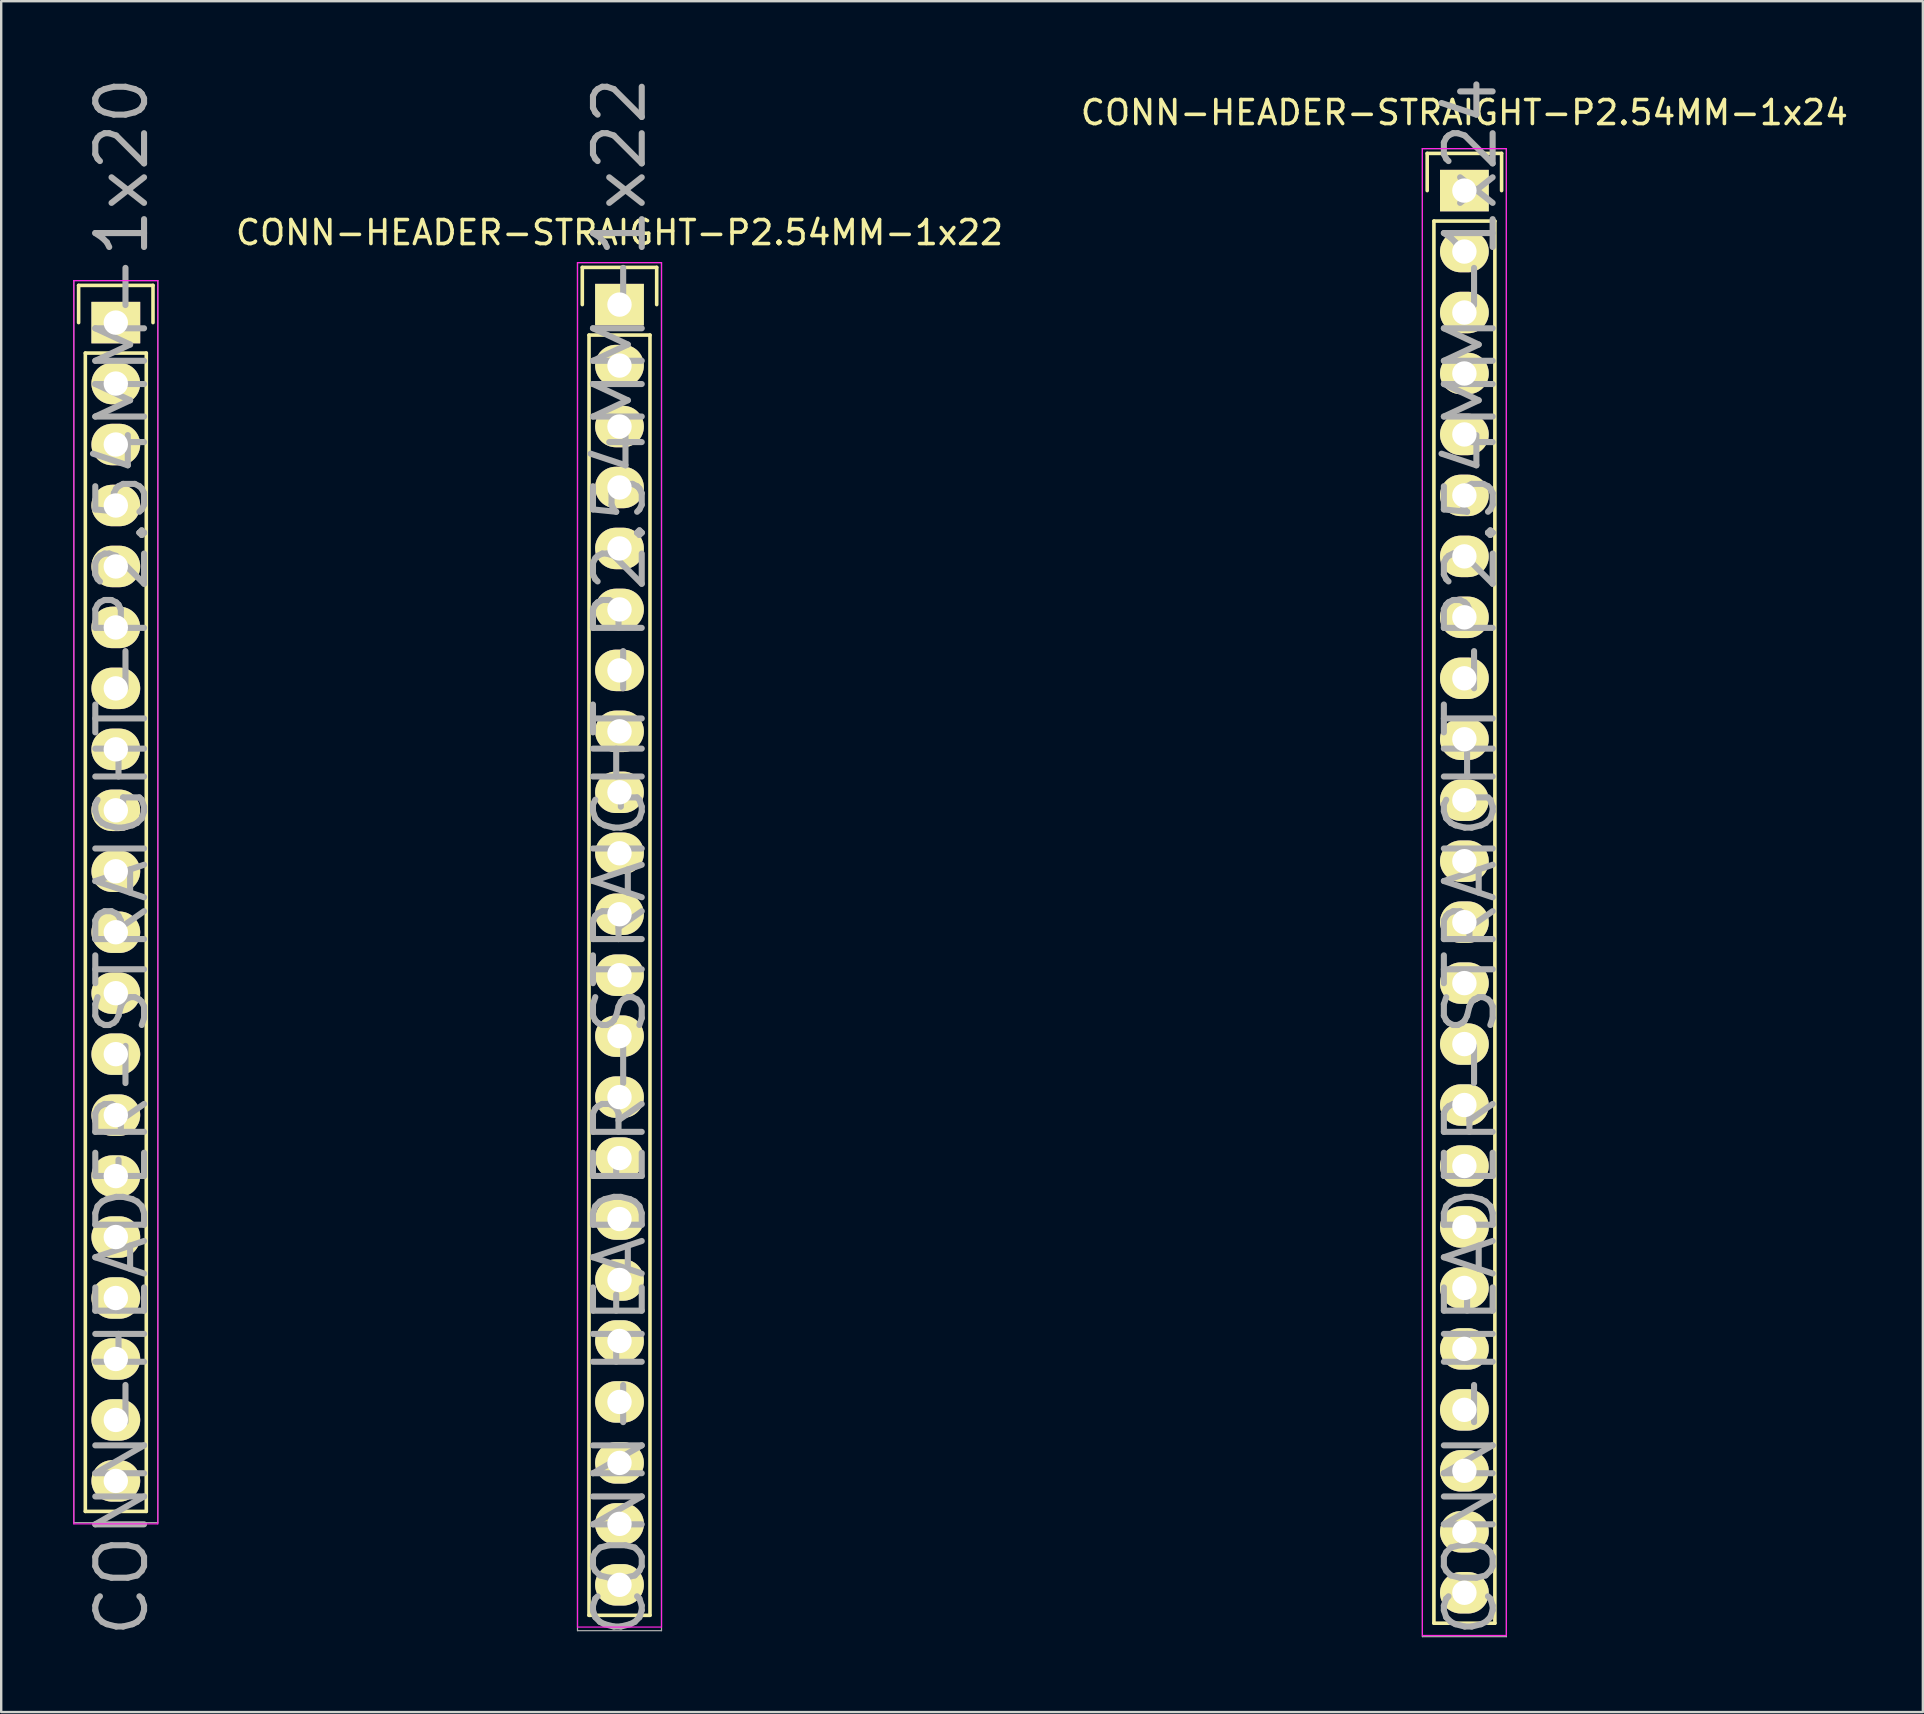
<source format=kicad_pcb>
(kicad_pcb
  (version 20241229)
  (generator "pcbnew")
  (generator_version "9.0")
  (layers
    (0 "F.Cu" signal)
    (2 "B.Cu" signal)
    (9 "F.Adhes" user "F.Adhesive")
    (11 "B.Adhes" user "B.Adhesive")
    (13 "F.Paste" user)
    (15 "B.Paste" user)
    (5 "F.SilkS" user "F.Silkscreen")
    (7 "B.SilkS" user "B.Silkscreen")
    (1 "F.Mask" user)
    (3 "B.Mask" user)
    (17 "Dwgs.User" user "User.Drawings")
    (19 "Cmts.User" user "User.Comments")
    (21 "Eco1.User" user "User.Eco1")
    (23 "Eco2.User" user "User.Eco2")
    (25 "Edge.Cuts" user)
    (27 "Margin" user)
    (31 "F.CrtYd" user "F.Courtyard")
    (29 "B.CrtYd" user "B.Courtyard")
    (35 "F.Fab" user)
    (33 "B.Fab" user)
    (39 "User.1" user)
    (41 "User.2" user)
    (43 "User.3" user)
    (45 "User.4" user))
  (footprint "CONN-HEADER-STRAIGHT-P2.54MM-1x22"
    (layer "F.Cu")
    (at 22.761 9.641)
    (property "Reference" "CONN-HEADER-STRAIGHT-P2.54MM-1x22" (at 0 23 90) (layer "F.Fab") (effects (font (size 2.032 2.032) (thickness 0.254))))
    (attr through_hole)
    (fp_line (start -1.55 -1.55) (end 1.55 -1.55) (stroke (width 0.15) (type solid)) (layer "F.SilkS"))
    (fp_line (start -1.55 0) (end -1.55 -1.55) (stroke (width 0.15) (type solid)) (layer "F.SilkS"))
    (fp_line (start -1.27 1.27) (end -1.27 54.61) (stroke (width 0.15) (type solid)) (layer "F.SilkS"))
    (fp_line (start -1.27 54.61) (end 1.27 54.61) (stroke (width 0.15) (type solid)) (layer "F.SilkS"))
    (fp_line (start 1.27 1.27) (end -1.27 1.27) (stroke (width 0.15) (type solid)) (layer "F.SilkS"))
    (fp_line (start 1.27 54.61) (end 1.27 1.27) (stroke (width 0.15) (type solid)) (layer "F.SilkS"))
    (fp_line (start 1.55 -1.55) (end 1.55 0) (stroke (width 0.15) (type solid)) (layer "F.SilkS"))
    (fp_line (start -1.75 -1.75) (end -1.75 55.1) (stroke (width 0.05) (type solid)) (layer "F.CrtYd"))
    (fp_line (start -1.75 -1.75) (end 1.75 -1.75) (stroke (width 0.05) (type solid)) (layer "F.CrtYd"))
    (fp_line (start -1.75 55.1) (end 1.75 55.1) (stroke (width 0.05) (type solid)) (layer "F.CrtYd"))
    (fp_line (start 1.75 -1.75) (end 1.75 55.1) (stroke (width 0.05) (type solid)) (layer "F.CrtYd"))
    (fp_line (start -1.75 -1.75) (end -1.75 55.25) (stroke (width 0.051) (type solid)) (layer "F.Fab"))
    (fp_line (start -1.75 -1.75) (end 1.75 -1.75) (stroke (width 0.051) (type solid)) (layer "F.Fab"))
    (fp_line (start -1.75 55.25) (end 1.75 55.25) (stroke (width 0.051) (type solid)) (layer "F.Fab"))
    (fp_line (start 1.75 55.25) (end 1.75 -1.75) (stroke (width 0.051) (type solid)) (layer "F.Fab"))
    (fp_text user "${REFERENCE}" (at 0 -3 0) (layer "F.SilkS") (effects (font (size 1 1) (thickness 0.15))))
    (pad "1" thru_hole rect (at 0 0) (size 2.032 1.727) (drill 1.016) (layers "*.Cu" "*.Mask" "F.SilkS"))
    (pad "2" thru_hole oval (at 0 2.54) (size 2.032 1.727) (drill 1.016) (layers "*.Cu" "*.Mask" "F.SilkS"))
    (pad "3" thru_hole oval (at 0 5.08) (size 2.032 1.727) (drill 1.016) (layers "*.Cu" "*.Mask" "F.SilkS"))
    (pad "4" thru_hole oval (at 0 7.62) (size 2.032 1.727) (drill 1.016) (layers "*.Cu" "*.Mask" "F.SilkS"))
    (pad "5" thru_hole oval (at 0 10.16) (size 2.032 1.727) (drill 1.016) (layers "*.Cu" "*.Mask" "F.SilkS"))
    (pad "6" thru_hole oval (at 0 12.7) (size 2.032 1.727) (drill 1.016) (layers "*.Cu" "*.Mask" "F.SilkS"))
    (pad "7" thru_hole oval (at 0 15.24) (size 2.032 1.727) (drill 1.016) (layers "*.Cu" "*.Mask" "F.SilkS"))
    (pad "8" thru_hole oval (at 0 17.78) (size 2.032 1.727) (drill 1.016) (layers "*.Cu" "*.Mask" "F.SilkS"))
    (pad "9" thru_hole oval (at 0 20.32) (size 2.032 1.727) (drill 1.016) (layers "*.Cu" "*.Mask" "F.SilkS"))
    (pad "10" thru_hole oval (at 0 22.86) (size 2.032 1.727) (drill 1.016) (layers "*.Cu" "*.Mask" "F.SilkS"))
    (pad "11" thru_hole oval (at 0 25.4) (size 2.032 1.727) (drill 1.016) (layers "*.Cu" "*.Mask" "F.SilkS"))
    (pad "12" thru_hole oval (at 0 27.94) (size 2.032 1.727) (drill 1.016) (layers "*.Cu" "*.Mask" "F.SilkS"))
    (pad "13" thru_hole oval (at 0 30.48) (size 2.032 1.727) (drill 1.016) (layers "*.Cu" "*.Mask" "F.SilkS"))
    (pad "14" thru_hole oval (at 0 33.02) (size 2.032 1.727) (drill 1.016) (layers "*.Cu" "*.Mask" "F.SilkS"))
    (pad "15" thru_hole oval (at 0 35.56) (size 2.032 1.727) (drill 1.016) (layers "*.Cu" "*.Mask" "F.SilkS"))
    (pad "16" thru_hole oval (at 0 38.1) (size 2.032 1.727) (drill 1.016) (layers "*.Cu" "*.Mask" "F.SilkS"))
    (pad "17" thru_hole oval (at 0 40.64) (size 2.032 1.727) (drill 1.016) (layers "*.Cu" "*.Mask" "F.SilkS"))
    (pad "18" thru_hole oval (at 0 43.18) (size 2.032 1.727) (drill 1.016) (layers "*.Cu" "*.Mask" "F.SilkS"))
    (pad "19" thru_hole oval (at 0 45.72) (size 2.032 1.727) (drill 1.016) (layers "*.Cu" "*.Mask" "F.SilkS"))
    (pad "20" thru_hole oval (at 0 48.26) (size 2.032 1.727) (drill 1.016) (layers "*.Cu" "*.Mask" "F.SilkS"))
    (pad "21" thru_hole oval (at 0 50.8) (size 2.032 1.727) (drill 1.016) (layers "*.Cu" "*.Mask" "F.SilkS"))
    (pad "22" thru_hole oval (at 0 53.34) (size 2.032 1.727) (drill 1.016) (layers "*.Cu" "*.Mask" "F.SilkS")))
  (footprint "CONN-HEADER-STRAIGHT-P2.54MM-1x24"
    (layer "F.Cu")
    (at 57.963 4.891)
    (property "Reference" "CONN-HEADER-STRAIGHT-P2.54MM-1x24" (at 0.25 27.75 90) (layer "F.Fab") (effects (font (size 2.032 2.032) (thickness 0.254))))
    (attr through_hole)
    (fp_line (start -1.55 -1.55) (end 1.55 -1.55) (stroke (width 0.15) (type solid)) (layer "F.SilkS"))
    (fp_line (start -1.55 0) (end -1.55 -1.55) (stroke (width 0.15) (type solid)) (layer "F.SilkS"))
    (fp_line (start -1.27 1.27) (end -1.27 59.69) (stroke (width 0.15) (type solid)) (layer "F.SilkS"))
    (fp_line (start -1.27 59.69) (end 1.27 59.69) (stroke (width 0.15) (type solid)) (layer "F.SilkS"))
    (fp_line (start 1.27 1.27) (end -1.27 1.27) (stroke (width 0.15) (type solid)) (layer "F.SilkS"))
    (fp_line (start 1.27 1.27) (end 1.27 59.69) (stroke (width 0.15) (type solid)) (layer "F.SilkS"))
    (fp_line (start 1.55 -1.55) (end 1.55 0) (stroke (width 0.15) (type solid)) (layer "F.SilkS"))
    (fp_line (start -1.75 -1.75) (end -1.75 60.2) (stroke (width 0.05) (type solid)) (layer "F.CrtYd"))
    (fp_line (start -1.75 -1.75) (end 1.75 -1.75) (stroke (width 0.05) (type solid)) (layer "F.CrtYd"))
    (fp_line (start -1.75 60.2) (end 1.75 60.2) (stroke (width 0.05) (type solid)) (layer "F.CrtYd"))
    (fp_line (start 1.75 -1.75) (end 1.75 60.2) (stroke (width 0.05) (type solid)) (layer "F.CrtYd"))
    (fp_line (start -1.75 -1.75) (end -1.75 60.25) (stroke (width 0.051) (type solid)) (layer "F.Fab"))
    (fp_line (start -1.75 60.25) (end 1.75 60.25) (stroke (width 0.051) (type solid)) (layer "F.Fab"))
    (fp_line (start 1.75 -1.75) (end -1.75 -1.75) (stroke (width 0.051) (type solid)) (layer "F.Fab"))
    (fp_line (start 1.75 60.25) (end 1.75 -1.75) (stroke (width 0.051) (type solid)) (layer "F.Fab"))
    (fp_text user "${REFERENCE}" (at 0 -3.25 0) (layer "F.SilkS") (effects (font (size 1 1) (thickness 0.15))))
    (pad "1" thru_hole rect (at 0 0) (size 2.032 1.727) (drill 1.016) (layers "*.Cu" "*.Mask" "F.SilkS"))
    (pad "2" thru_hole oval (at 0 2.54) (size 2.032 1.727) (drill 1.016) (layers "*.Cu" "*.Mask" "F.SilkS"))
    (pad "3" thru_hole oval (at 0 5.08) (size 2.032 1.727) (drill 1.016) (layers "*.Cu" "*.Mask" "F.SilkS"))
    (pad "4" thru_hole oval (at 0 7.62) (size 2.032 1.727) (drill 1.016) (layers "*.Cu" "*.Mask" "F.SilkS"))
    (pad "5" thru_hole oval (at 0 10.16) (size 2.032 1.727) (drill 1.016) (layers "*.Cu" "*.Mask" "F.SilkS"))
    (pad "6" thru_hole oval (at 0 12.7) (size 2.032 1.727) (drill 1.016) (layers "*.Cu" "*.Mask" "F.SilkS"))
    (pad "7" thru_hole oval (at 0 15.24) (size 2.032 1.727) (drill 1.016) (layers "*.Cu" "*.Mask" "F.SilkS"))
    (pad "8" thru_hole oval (at 0 17.78) (size 2.032 1.727) (drill 1.016) (layers "*.Cu" "*.Mask" "F.SilkS"))
    (pad "9" thru_hole oval (at 0 20.32) (size 2.032 1.727) (drill 1.016) (layers "*.Cu" "*.Mask" "F.SilkS"))
    (pad "10" thru_hole oval (at 0 22.86) (size 2.032 1.727) (drill 1.016) (layers "*.Cu" "*.Mask" "F.SilkS"))
    (pad "11" thru_hole oval (at 0 25.4) (size 2.032 1.727) (drill 1.016) (layers "*.Cu" "*.Mask" "F.SilkS"))
    (pad "12" thru_hole oval (at 0 27.94) (size 2.032 1.727) (drill 1.016) (layers "*.Cu" "*.Mask" "F.SilkS"))
    (pad "13" thru_hole oval (at 0 30.48) (size 2.032 1.727) (drill 1.016) (layers "*.Cu" "*.Mask" "F.SilkS"))
    (pad "14" thru_hole oval (at 0 33.02) (size 2.032 1.727) (drill 1.016) (layers "*.Cu" "*.Mask" "F.SilkS"))
    (pad "15" thru_hole oval (at 0 35.56) (size 2.032 1.727) (drill 1.016) (layers "*.Cu" "*.Mask" "F.SilkS"))
    (pad "16" thru_hole oval (at 0 38.1) (size 2.032 1.727) (drill 1.016) (layers "*.Cu" "*.Mask" "F.SilkS"))
    (pad "17" thru_hole oval (at 0 40.64) (size 2.032 1.727) (drill 1.016) (layers "*.Cu" "*.Mask" "F.SilkS"))
    (pad "18" thru_hole oval (at 0 43.18) (size 2.032 1.727) (drill 1.016) (layers "*.Cu" "*.Mask" "F.SilkS"))
    (pad "19" thru_hole oval (at 0 45.72) (size 2.032 1.727) (drill 1.016) (layers "*.Cu" "*.Mask" "F.SilkS"))
    (pad "20" thru_hole oval (at 0 48.26) (size 2.032 1.727) (drill 1.016) (layers "*.Cu" "*.Mask" "F.SilkS"))
    (pad "21" thru_hole oval (at 0 50.8) (size 2.032 1.727) (drill 1.016) (layers "*.Cu" "*.Mask" "F.SilkS"))
    (pad "22" thru_hole oval (at 0 53.34) (size 2.032 1.727) (drill 1.016) (layers "*.Cu" "*.Mask" "F.SilkS"))
    (pad "23" thru_hole oval (at 0 55.88) (size 2.032 1.727) (drill 1.016) (layers "*.Cu" "*.Mask" "F.SilkS"))
    (pad "24" thru_hole oval (at 0 58.42) (size 2.032 1.727) (drill 1.016) (layers "*.Cu" "*.Mask" "F.SilkS")))
  (footprint "CONN-HEADER-STRAIGHT-P2.54MM-1x20"
    (layer "F.Cu")
    (at 1.775 10.391)
    (property "Reference" "CONN-HEADER-STRAIGHT-P2.54MM-1x20" (at 0.25 22.25 90) (layer "F.Fab") (effects (font (size 2.032 2.032) (thickness 0.254))))
    (attr through_hole)
    (fp_line (start -1.55 -1.55) (end 1.55 -1.55) (stroke (width 0.15) (type solid)) (layer "F.SilkS"))
    (fp_line (start -1.55 0) (end -1.55 -1.55) (stroke (width 0.15) (type solid)) (layer "F.SilkS"))
    (fp_line (start -1.27 49.53) (end -1.27 1.27) (stroke (width 0.15) (type solid)) (layer "F.SilkS"))
    (fp_line (start 1.27 1.27) (end -1.27 1.27) (stroke (width 0.15) (type solid)) (layer "F.SilkS"))
    (fp_line (start 1.27 1.27) (end 1.27 49.53) (stroke (width 0.15) (type solid)) (layer "F.SilkS"))
    (fp_line (start 1.27 49.53) (end -1.27 49.53) (stroke (width 0.15) (type solid)) (layer "F.SilkS"))
    (fp_line (start 1.55 -1.55) (end 1.55 0) (stroke (width 0.15) (type solid)) (layer "F.SilkS"))
    (fp_line (start -1.75 -1.75) (end -1.75 50.05) (stroke (width 0.05) (type solid)) (layer "F.CrtYd"))
    (fp_line (start -1.75 -1.75) (end 1.75 -1.75) (stroke (width 0.05) (type solid)) (layer "F.CrtYd"))
    (fp_line (start -1.75 50.05) (end 1.75 50.05) (stroke (width 0.05) (type solid)) (layer "F.CrtYd"))
    (fp_line (start 1.75 -1.75) (end 1.75 50.05) (stroke (width 0.05) (type solid)) (layer "F.CrtYd"))
    (fp_line (start -1.75 -1.75) (end 1.75 -1.75) (stroke (width 0.051) (type solid)) (layer "F.Fab"))
    (fp_line (start -1.75 50) (end -1.75 -1.75) (stroke (width 0.051) (type solid)) (layer "F.Fab"))
    (fp_line (start 1.75 -1.75) (end 1.75 50) (stroke (width 0.051) (type solid)) (layer "F.Fab"))
    (fp_line (start 1.75 50) (end -1.75 50) (stroke (width 0.051) (type solid)) (layer "F.Fab"))
    (pad "1" thru_hole rect (at 0 0) (size 2.032 1.727) (drill 1.016) (layers "*.Cu" "*.Mask" "F.SilkS"))
    (pad "2" thru_hole oval (at 0 2.54) (size 2.032 1.727) (drill 1.016) (layers "*.Cu" "*.Mask" "F.SilkS"))
    (pad "3" thru_hole oval (at 0 5.08) (size 2.032 1.727) (drill 1.016) (layers "*.Cu" "*.Mask" "F.SilkS"))
    (pad "4" thru_hole oval (at 0 7.62) (size 2.032 1.727) (drill 1.016) (layers "*.Cu" "*.Mask" "F.SilkS"))
    (pad "5" thru_hole oval (at 0 10.16) (size 2.032 1.727) (drill 1.016) (layers "*.Cu" "*.Mask" "F.SilkS"))
    (pad "6" thru_hole oval (at 0 12.7) (size 2.032 1.727) (drill 1.016) (layers "*.Cu" "*.Mask" "F.SilkS"))
    (pad "7" thru_hole oval (at 0 15.24) (size 2.032 1.727) (drill 1.016) (layers "*.Cu" "*.Mask" "F.SilkS"))
    (pad "8" thru_hole oval (at 0 17.78) (size 2.032 1.727) (drill 1.016) (layers "*.Cu" "*.Mask" "F.SilkS"))
    (pad "9" thru_hole oval (at 0 20.32) (size 2.032 1.727) (drill 1.016) (layers "*.Cu" "*.Mask" "F.SilkS"))
    (pad "10" thru_hole oval (at 0 22.86) (size 2.032 1.727) (drill 1.016) (layers "*.Cu" "*.Mask" "F.SilkS"))
    (pad "11" thru_hole oval (at 0 25.4) (size 2.032 1.727) (drill 1.016) (layers "*.Cu" "*.Mask" "F.SilkS"))
    (pad "12" thru_hole oval (at 0 27.94) (size 2.032 1.727) (drill 1.016) (layers "*.Cu" "*.Mask" "F.SilkS"))
    (pad "13" thru_hole oval (at 0 30.48) (size 2.032 1.727) (drill 1.016) (layers "*.Cu" "*.Mask" "F.SilkS"))
    (pad "14" thru_hole oval (at 0 33.02) (size 2.032 1.727) (drill 1.016) (layers "*.Cu" "*.Mask" "F.SilkS"))
    (pad "15" thru_hole oval (at 0 35.56) (size 2.032 1.727) (drill 1.016) (layers "*.Cu" "*.Mask" "F.SilkS"))
    (pad "16" thru_hole oval (at 0 38.1) (size 2.032 1.727) (drill 1.016) (layers "*.Cu" "*.Mask" "F.SilkS"))
    (pad "17" thru_hole oval (at 0 40.64) (size 2.032 1.727) (drill 1.016) (layers "*.Cu" "*.Mask" "F.SilkS"))
    (pad "18" thru_hole oval (at 0 43.18) (size 2.032 1.727) (drill 1.016) (layers "*.Cu" "*.Mask" "F.SilkS"))
    (pad "19" thru_hole oval (at 0 45.72) (size 2.032 1.727) (drill 1.016) (layers "*.Cu" "*.Mask" "F.SilkS"))
    (pad "20" thru_hole oval (at 0 48.26) (size 2.032 1.727) (drill 1.016) (layers "*.Cu" "*.Mask" "F.SilkS")))
  (gr_rect
    (start -3 -3)
    (end 77.065 68.283)
    (stroke (width 0.1) (type default))
    (fill no)
    (layer "Edge.Cuts")))
</source>
